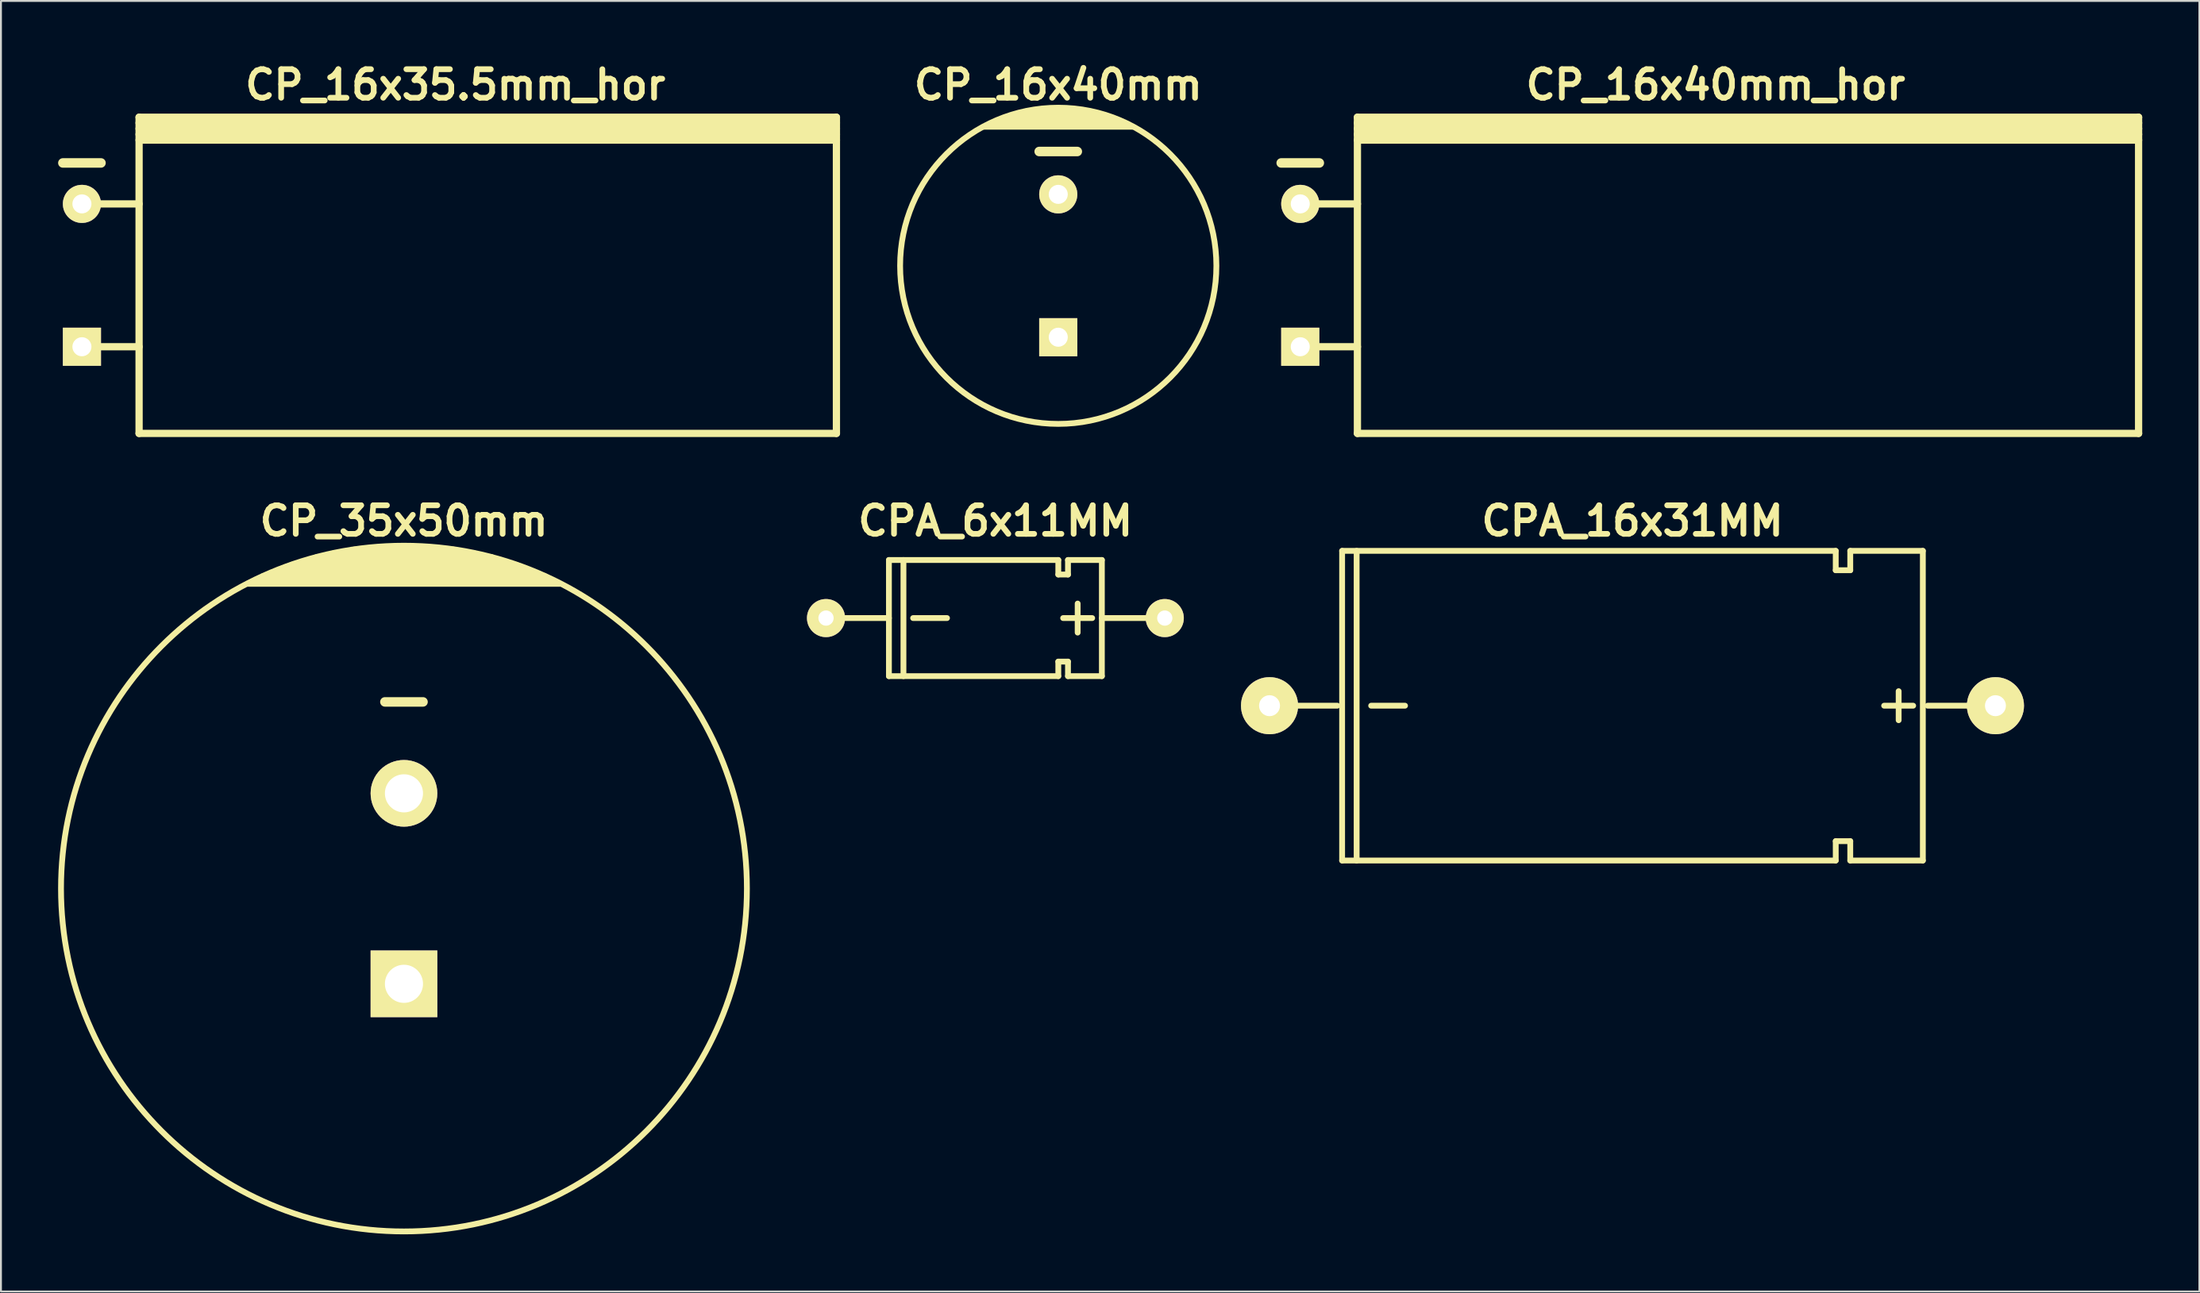
<source format=kicad_pcb>
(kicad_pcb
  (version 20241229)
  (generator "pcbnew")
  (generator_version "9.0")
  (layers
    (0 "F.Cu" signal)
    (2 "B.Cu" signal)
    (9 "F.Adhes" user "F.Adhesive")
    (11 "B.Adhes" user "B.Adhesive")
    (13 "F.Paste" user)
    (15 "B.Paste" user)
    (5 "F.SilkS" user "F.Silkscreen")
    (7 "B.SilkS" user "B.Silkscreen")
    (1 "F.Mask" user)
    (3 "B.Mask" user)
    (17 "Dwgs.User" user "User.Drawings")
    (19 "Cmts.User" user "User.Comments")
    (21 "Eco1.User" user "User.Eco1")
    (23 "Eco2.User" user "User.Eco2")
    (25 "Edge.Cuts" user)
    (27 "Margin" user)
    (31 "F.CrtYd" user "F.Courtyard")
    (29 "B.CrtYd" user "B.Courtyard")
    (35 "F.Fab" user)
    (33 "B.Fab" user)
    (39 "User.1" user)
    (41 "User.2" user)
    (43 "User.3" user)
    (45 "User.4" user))
  (footprint "CP_16x40mm_hor"
    (layer "F.Cu")
    (at 86.995 11.404)
    (property "Reference" "CP_16x40mm_hor" (at 0 -10 0) (layer "F.SilkS") (effects (font (size 1.5 1.5) (thickness 0.3))))
    (attr through_hole)
    (fp_line (start -22.8 -5.9) (end -20.8 -5.9) (stroke (width 0.5) (type solid)) (layer "F.SilkS"))
    (fp_line (start -21.8 -3.75) (end -18.8 -3.75) (stroke (width 0.381) (type solid)) (layer "F.SilkS"))
    (fp_line (start -21.8 3.75) (end -18.8 3.75) (stroke (width 0.381) (type solid)) (layer "F.SilkS"))
    (fp_line (start -18.8 -8) (end 22.2 -8) (stroke (width 0.381) (type solid)) (layer "F.SilkS"))
    (fp_line (start -18.8 -7.7) (end 22.2 -7.7) (stroke (width 0.381) (type solid)) (layer "F.SilkS"))
    (fp_line (start -18.8 -7.4) (end 22.2 -7.4) (stroke (width 0.381) (type solid)) (layer "F.SilkS"))
    (fp_line (start -18.8 -7.1) (end 22.2 -7.1) (stroke (width 0.381) (type solid)) (layer "F.SilkS"))
    (fp_line (start -18.8 8.3) (end -18.8 -8.3) (stroke (width 0.381) (type solid)) (layer "F.SilkS"))
    (fp_line (start 22.2 -8.3) (end -18.8 -8.3) (stroke (width 0.381) (type solid)) (layer "F.SilkS"))
    (fp_line (start 22.2 -8.3) (end 22.2 8.3) (stroke (width 0.381) (type solid)) (layer "F.SilkS"))
    (fp_line (start 22.2 8.3) (end -18.8 8.3) (stroke (width 0.381) (type solid)) (layer "F.SilkS"))
    (pad "1" thru_hole rect (at -21.8 3.75) (size 2 2) (drill 1) (layers "*.Cu" "*.Mask" "F.SilkS"))
    (pad "2" thru_hole circle (at -21.8 -3.75) (size 2 2) (drill 1) (layers "*.Cu" "*.Mask" "F.SilkS")))
  (footprint "CP_16x35.5mm_hor"
    (layer "F.Cu")
    (at 20.85 11.404)
    (property "Reference" "CP_16x35.5mm_hor" (at 0 -10 0) (layer "F.SilkS") (effects (font (size 1.5 1.5) (thickness 0.3))))
    (attr through_hole)
    (fp_line (start -20.6 -5.9) (end -18.6 -5.9) (stroke (width 0.5) (type solid)) (layer "F.SilkS"))
    (fp_line (start -19.6 -3.75) (end -16.6 -3.75) (stroke (width 0.381) (type solid)) (layer "F.SilkS"))
    (fp_line (start -19.6 3.75) (end -16.6 3.75) (stroke (width 0.381) (type solid)) (layer "F.SilkS"))
    (fp_line (start -16.6 -8) (end 20 -8) (stroke (width 0.381) (type solid)) (layer "F.SilkS"))
    (fp_line (start -16.6 -7.7) (end 20 -7.7) (stroke (width 0.381) (type solid)) (layer "F.SilkS"))
    (fp_line (start -16.6 -7.4) (end 20 -7.4) (stroke (width 0.381) (type solid)) (layer "F.SilkS"))
    (fp_line (start -16.6 -7.1) (end 20 -7.1) (stroke (width 0.381) (type solid)) (layer "F.SilkS"))
    (fp_line (start -16.6 8.3) (end -16.6 -8.3) (stroke (width 0.381) (type solid)) (layer "F.SilkS"))
    (fp_line (start 20 -8.3) (end -16.6 -8.3) (stroke (width 0.381) (type solid)) (layer "F.SilkS"))
    (fp_line (start 20 -8.3) (end 20 8.3) (stroke (width 0.381) (type solid)) (layer "F.SilkS"))
    (fp_line (start 20 8.3) (end -16.6 8.3) (stroke (width 0.381) (type solid)) (layer "F.SilkS"))
    (pad "1" thru_hole rect (at -19.6 3.75) (size 2 2) (drill 1) (layers "*.Cu" "*.Mask" "F.SilkS"))
    (pad "2" thru_hole circle (at -19.6 -3.75) (size 2 2) (drill 1) (layers "*.Cu" "*.Mask" "F.SilkS")))
  (footprint "CPA_6x11MM"
    (layer "F.Cu")
    (at 49.194 29.398)
    (property "Reference" "CPA_6x11MM" (at 0 -5.1 0) (layer "F.SilkS") (effects (font (size 1.5 1.5) (thickness 0.3))))
    (attr through_hole)
    (fp_line (start -5.588 -3.048) (end -5.588 3.048) (stroke (width 0.305) (type solid)) (layer "F.SilkS"))
    (fp_line (start -5.588 0) (end -8.89 0) (stroke (width 0.305) (type solid)) (layer "F.SilkS"))
    (fp_line (start -4.826 -3.048) (end -4.826 3.048) (stroke (width 0.305) (type solid)) (layer "F.SilkS"))
    (fp_line (start -4.318 0) (end -2.54 0) (stroke (width 0.305) (type solid)) (layer "F.SilkS"))
    (fp_line (start 3.302 -3.048) (end -5.588 -3.048) (stroke (width 0.305) (type solid)) (layer "F.SilkS"))
    (fp_line (start 3.302 -3.048) (end 3.302 -2.286) (stroke (width 0.305) (type solid)) (layer "F.SilkS"))
    (fp_line (start 3.302 -2.286) (end 3.81 -2.286) (stroke (width 0.305) (type solid)) (layer "F.SilkS"))
    (fp_line (start 3.302 2.286) (end 3.302 3.048) (stroke (width 0.305) (type solid)) (layer "F.SilkS"))
    (fp_line (start 3.302 3.048) (end -5.588 3.048) (stroke (width 0.305) (type solid)) (layer "F.SilkS"))
    (fp_line (start 3.81 -3.048) (end 5.588 -3.048) (stroke (width 0.305) (type solid)) (layer "F.SilkS"))
    (fp_line (start 3.81 -2.286) (end 3.81 -3.048) (stroke (width 0.305) (type solid)) (layer "F.SilkS"))
    (fp_line (start 3.81 2.286) (end 3.302 2.286) (stroke (width 0.305) (type solid)) (layer "F.SilkS"))
    (fp_line (start 3.81 3.048) (end 3.81 2.286) (stroke (width 0.305) (type solid)) (layer "F.SilkS"))
    (fp_line (start 4.318 0.762) (end 4.318 -0.762) (stroke (width 0.305) (type solid)) (layer "F.SilkS"))
    (fp_line (start 5.08 0) (end 3.556 0) (stroke (width 0.305) (type solid)) (layer "F.SilkS"))
    (fp_line (start 5.588 -3.048) (end 5.588 3.048) (stroke (width 0.305) (type solid)) (layer "F.SilkS"))
    (fp_line (start 5.588 3.048) (end 3.81 3.048) (stroke (width 0.305) (type solid)) (layer "F.SilkS"))
    (fp_line (start 8.89 0) (end 5.588 0) (stroke (width 0.305) (type solid)) (layer "F.SilkS"))
    (pad "1" thru_hole circle (at 8.89 0) (size 1.999 1.999) (drill 0.8) (layers "*.Cu" "*.Mask" "F.SilkS"))
    (pad "2" thru_hole circle (at -8.89 0) (size 1.999 1.999) (drill 0.8) (layers "*.Cu" "*.Mask" "F.SilkS")))
  (footprint "CP_16x40mm"
    (layer "F.Cu")
    (at 52.493 10.904)
    (property "Reference" "CP_16x40mm" (at 0 -9.5 0) (layer "F.SilkS") (effects (font (size 1.5 1.5) (thickness 0.3))))
    (attr through_hole)
    (fp_line (start -3.4 -7.5) (end 3.4 -7.5) (stroke (width 0.305) (type solid)) (layer "F.SilkS"))
    (fp_line (start -2.4 -7.9) (end 2.4 -7.9) (stroke (width 0.305) (type solid)) (layer "F.SilkS"))
    (fp_line (start -1.7 -8.1) (end 1.7 -8.1) (stroke (width 0.305) (type solid)) (layer "F.SilkS"))
    (fp_line (start -1 -6) (end 1 -6) (stroke (width 0.5) (type solid)) (layer "F.SilkS"))
    (fp_line (start 3 -7.7) (end -2.9 -7.7) (stroke (width 0.305) (type solid)) (layer "F.SilkS"))
    (fp_line (start 3.9 -7.3) (end -3.9 -7.3) (stroke (width 0.305) (type solid)) (layer "F.SilkS"))
    (fp_circle (center 0 0) (end -8.3 0) (stroke (width 0.305) (type solid)) (fill no) (layer "F.SilkS"))
    (pad "1" thru_hole rect (at 0 3.75) (size 2 2) (drill 1) (layers "*.Cu" "*.Mask" "F.SilkS"))
    (pad "2" thru_hole circle (at 0 -3.75) (size 2 2) (drill 1) (layers "*.Cu" "*.Mask" "F.SilkS")))
  (footprint "CPA_16x31MM"
    (layer "F.Cu")
    (at 82.632 33.998)
    (property "Reference" "CPA_16x31MM" (at 0 -9.7 0) (layer "F.SilkS") (effects (font (size 1.5 1.5) (thickness 0.3))))
    (attr through_hole)
    (fp_line (start -15.494 0) (end -19.05 0) (stroke (width 0.305) (type solid)) (layer "F.SilkS"))
    (fp_line (start -15.24 -8.128) (end 10.668 -8.128) (stroke (width 0.305) (type solid)) (layer "F.SilkS"))
    (fp_line (start -15.24 8.128) (end -15.24 -8.128) (stroke (width 0.305) (type solid)) (layer "F.SilkS"))
    (fp_line (start -14.478 -8.128) (end -14.478 8.128) (stroke (width 0.305) (type solid)) (layer "F.SilkS"))
    (fp_line (start -13.716 0) (end -11.938 0) (stroke (width 0.305) (type solid)) (layer "F.SilkS"))
    (fp_line (start 10.668 -8.128) (end 10.668 -7.112) (stroke (width 0.305) (type solid)) (layer "F.SilkS"))
    (fp_line (start 10.668 -7.112) (end 11.43 -7.112) (stroke (width 0.305) (type solid)) (layer "F.SilkS"))
    (fp_line (start 10.668 7.112) (end 10.668 8.128) (stroke (width 0.305) (type solid)) (layer "F.SilkS"))
    (fp_line (start 10.668 8.128) (end -15.24 8.128) (stroke (width 0.305) (type solid)) (layer "F.SilkS"))
    (fp_line (start 11.43 -8.128) (end 15.24 -8.128) (stroke (width 0.305) (type solid)) (layer "F.SilkS"))
    (fp_line (start 11.43 -7.112) (end 11.43 -8.128) (stroke (width 0.305) (type solid)) (layer "F.SilkS"))
    (fp_line (start 11.43 7.112) (end 10.668 7.112) (stroke (width 0.305) (type solid)) (layer "F.SilkS"))
    (fp_line (start 11.43 8.128) (end 11.43 7.112) (stroke (width 0.305) (type solid)) (layer "F.SilkS"))
    (fp_line (start 13.97 0.762) (end 13.97 -0.762) (stroke (width 0.305) (type solid)) (layer "F.SilkS"))
    (fp_line (start 14.732 0) (end 13.208 0) (stroke (width 0.305) (type solid)) (layer "F.SilkS"))
    (fp_line (start 15.24 8.128) (end 11.43 8.128) (stroke (width 0.305) (type solid)) (layer "F.SilkS"))
    (fp_line (start 15.24 8.128) (end 15.24 -8.128) (stroke (width 0.305) (type solid)) (layer "F.SilkS"))
    (fp_line (start 15.494 0) (end 19.05 0) (stroke (width 0.305) (type solid)) (layer "F.SilkS"))
    (pad "1" thru_hole circle (at 19.05 0) (size 2.997 2.997) (drill 1.1) (layers "*.Cu" "*.Mask" "F.SilkS"))
    (pad "2" thru_hole circle (at -19.05 0) (size 2.997 2.997) (drill 1.1) (layers "*.Cu" "*.Mask" "F.SilkS")))
  (footprint "CP_35x50mm"
    (layer "F.Cu")
    (at 18.152 43.599)
    (property "Reference" "CP_35x50mm" (at 0 -19.3 0) (layer "F.SilkS") (effects (font (size 1.5 1.5) (thickness 0.3))))
    (attr through_hole)
    (fp_line (start -8.2 -16) (end 8.2 -16) (stroke (width 0.305) (type solid)) (layer "F.SilkS"))
    (fp_line (start -7.8 -16.2) (end 7.8 -16.2) (stroke (width 0.305) (type solid)) (layer "F.SilkS"))
    (fp_line (start -7.4 -16.4) (end 7.4 -16.4) (stroke (width 0.305) (type solid)) (layer "F.SilkS"))
    (fp_line (start -6.9 -16.6) (end 6.9 -16.6) (stroke (width 0.305) (type solid)) (layer "F.SilkS"))
    (fp_line (start -6.4 -16.8) (end 6.4 -16.8) (stroke (width 0.305) (type solid)) (layer "F.SilkS"))
    (fp_line (start -5.9 -17) (end 5.9 -17) (stroke (width 0.305) (type solid)) (layer "F.SilkS"))
    (fp_line (start -5.2 -17.2) (end 5.2 -17.2) (stroke (width 0.305) (type solid)) (layer "F.SilkS"))
    (fp_line (start -4.6 -17.4) (end 4.6 -17.4) (stroke (width 0.305) (type solid)) (layer "F.SilkS"))
    (fp_line (start -3.7 -17.6) (end 3.7 -17.6) (stroke (width 0.305) (type solid)) (layer "F.SilkS"))
    (fp_line (start -2.6 -17.8) (end 2.6 -17.8) (stroke (width 0.305) (type solid)) (layer "F.SilkS"))
    (fp_line (start -1 -9.8) (end 1 -9.8) (stroke (width 0.5) (type solid)) (layer "F.SilkS"))
    (fp_circle (center 0 0) (end -18 0) (stroke (width 0.305) (type solid)) (fill no) (layer "F.SilkS"))
    (pad "1" thru_hole rect (at 0 5) (size 3.5 3.5) (drill 2) (layers "*.Cu" "*.Mask" "F.SilkS"))
    (pad "2" thru_hole circle (at 0 -5) (size 3.5 3.5) (drill 2) (layers "*.Cu" "*.Mask" "F.SilkS")))
  (gr_rect
    (start -3 -3)
    (end 112.386 64.751)
    (stroke (width 0.1) (type default))
    (fill no)
    (layer "Edge.Cuts")))
</source>
